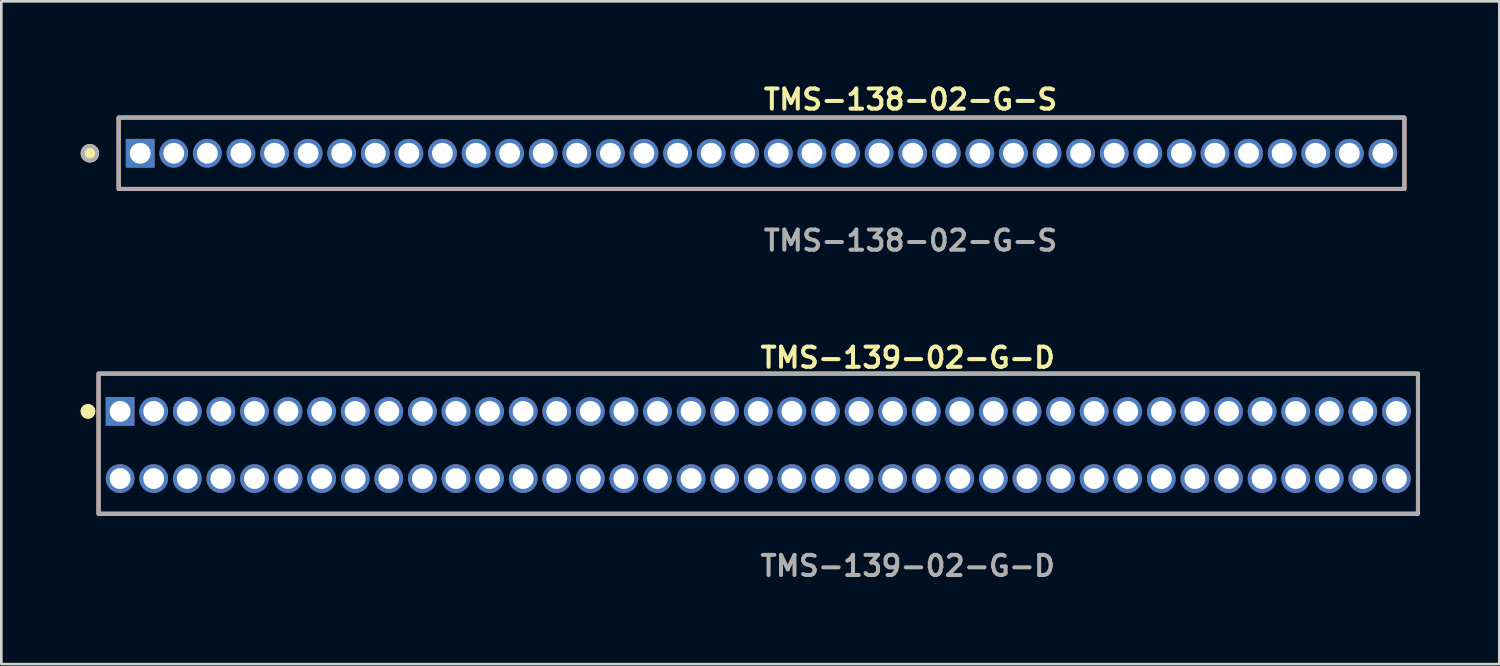
<source format=kicad_pcb>
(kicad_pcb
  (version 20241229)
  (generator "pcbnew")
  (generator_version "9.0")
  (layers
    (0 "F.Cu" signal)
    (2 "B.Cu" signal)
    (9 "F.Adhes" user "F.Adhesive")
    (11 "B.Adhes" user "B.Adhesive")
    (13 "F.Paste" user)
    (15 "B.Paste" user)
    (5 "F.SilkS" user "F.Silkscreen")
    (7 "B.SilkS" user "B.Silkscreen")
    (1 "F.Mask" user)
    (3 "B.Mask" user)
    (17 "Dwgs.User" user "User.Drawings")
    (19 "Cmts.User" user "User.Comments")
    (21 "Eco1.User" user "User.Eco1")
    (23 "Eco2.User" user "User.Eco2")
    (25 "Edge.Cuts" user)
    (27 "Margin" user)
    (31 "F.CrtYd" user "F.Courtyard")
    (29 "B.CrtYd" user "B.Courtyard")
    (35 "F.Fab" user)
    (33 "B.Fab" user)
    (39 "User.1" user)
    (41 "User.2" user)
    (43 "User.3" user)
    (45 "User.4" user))
  (footprint "TMS-138-02-G-S"
    (layer "F.Cu")
    (at 25.745 2.745)
    (property "Reference" "TMS-138-02-G-S" (at 0 -2.032 0) (unlocked yes) (layer "F.SilkS") (effects (font (size 0.762 0.762) (thickness 0.152)) (justify left)))
    (fp_rect (start -24.31 1.35) (end 24.31 -1.35) (stroke (width 0.152) (type solid)) (fill no) (layer "F.SilkS"))
    (fp_circle (center -25.397 0) (end -25.669 0) (stroke (width 0.152) (type solid)) (fill yes) (layer "F.SilkS"))
    (fp_rect (start -24.31 1.35) (end 24.31 -1.35) (stroke (width 0.006) (type solid)) (fill no) (layer "F.CrtYd"))
    (fp_rect (start -24.31 1.35) (end 24.31 -1.35) (stroke (width 0.152) (type solid)) (fill no) (layer "F.Fab"))
    (fp_circle (center -25.397 0) (end -25.669 0) (stroke (width 0.152) (type solid)) (fill no) (layer "F.Fab"))
    (fp_text user "${REFERENCE}" (at 0 3.302 0) (unlocked yes) (layer "F.Fab") (effects (font (size 0.762 0.762) (thickness 0.152)) (justify left)))
    (pad "1" thru_hole rect (at -23.495 0) (size 1.087 1.087) (drill 0.787) (layers "*.Cu" "*.Mask"))
    (pad "2" thru_hole circle (at -22.225 0) (size 1.087 1.087) (drill 0.787) (layers "*.Cu" "*.Mask"))
    (pad "3" thru_hole circle (at -20.955 0) (size 1.087 1.087) (drill 0.787) (layers "*.Cu" "*.Mask"))
    (pad "4" thru_hole circle (at -19.685 0) (size 1.087 1.087) (drill 0.787) (layers "*.Cu" "*.Mask"))
    (pad "5" thru_hole circle (at -18.415 0) (size 1.087 1.087) (drill 0.787) (layers "*.Cu" "*.Mask"))
    (pad "6" thru_hole circle (at -17.145 0) (size 1.087 1.087) (drill 0.787) (layers "*.Cu" "*.Mask"))
    (pad "7" thru_hole circle (at -15.875 0) (size 1.087 1.087) (drill 0.787) (layers "*.Cu" "*.Mask"))
    (pad "8" thru_hole circle (at -14.605 0) (size 1.087 1.087) (drill 0.787) (layers "*.Cu" "*.Mask"))
    (pad "9" thru_hole circle (at -13.335 0) (size 1.087 1.087) (drill 0.787) (layers "*.Cu" "*.Mask"))
    (pad "10" thru_hole circle (at -12.065 0) (size 1.087 1.087) (drill 0.787) (layers "*.Cu" "*.Mask"))
    (pad "11" thru_hole circle (at -10.795 0) (size 1.087 1.087) (drill 0.787) (layers "*.Cu" "*.Mask"))
    (pad "12" thru_hole circle (at -9.525 0) (size 1.087 1.087) (drill 0.787) (layers "*.Cu" "*.Mask"))
    (pad "13" thru_hole circle (at -8.255 0) (size 1.087 1.087) (drill 0.787) (layers "*.Cu" "*.Mask"))
    (pad "14" thru_hole circle (at -6.985 0) (size 1.087 1.087) (drill 0.787) (layers "*.Cu" "*.Mask"))
    (pad "15" thru_hole circle (at -5.715 0) (size 1.087 1.087) (drill 0.787) (layers "*.Cu" "*.Mask"))
    (pad "16" thru_hole circle (at -4.445 0) (size 1.087 1.087) (drill 0.787) (layers "*.Cu" "*.Mask"))
    (pad "17" thru_hole circle (at -3.175 0) (size 1.087 1.087) (drill 0.787) (layers "*.Cu" "*.Mask"))
    (pad "18" thru_hole circle (at -1.905 0) (size 1.087 1.087) (drill 0.787) (layers "*.Cu" "*.Mask"))
    (pad "19" thru_hole circle (at -0.635 0) (size 1.087 1.087) (drill 0.787) (layers "*.Cu" "*.Mask"))
    (pad "20" thru_hole circle (at 0.635 0) (size 1.087 1.087) (drill 0.787) (layers "*.Cu" "*.Mask"))
    (pad "21" thru_hole circle (at 1.905 0) (size 1.087 1.087) (drill 0.787) (layers "*.Cu" "*.Mask"))
    (pad "22" thru_hole circle (at 3.175 0) (size 1.087 1.087) (drill 0.787) (layers "*.Cu" "*.Mask"))
    (pad "23" thru_hole circle (at 4.445 0) (size 1.087 1.087) (drill 0.787) (layers "*.Cu" "*.Mask"))
    (pad "24" thru_hole circle (at 5.715 0) (size 1.087 1.087) (drill 0.787) (layers "*.Cu" "*.Mask"))
    (pad "25" thru_hole circle (at 6.985 0) (size 1.087 1.087) (drill 0.787) (layers "*.Cu" "*.Mask"))
    (pad "26" thru_hole circle (at 8.255 0) (size 1.087 1.087) (drill 0.787) (layers "*.Cu" "*.Mask"))
    (pad "27" thru_hole circle (at 9.525 0) (size 1.087 1.087) (drill 0.787) (layers "*.Cu" "*.Mask"))
    (pad "28" thru_hole circle (at 10.795 0) (size 1.087 1.087) (drill 0.787) (layers "*.Cu" "*.Mask"))
    (pad "29" thru_hole circle (at 12.065 0) (size 1.087 1.087) (drill 0.787) (layers "*.Cu" "*.Mask"))
    (pad "30" thru_hole circle (at 13.335 0) (size 1.087 1.087) (drill 0.787) (layers "*.Cu" "*.Mask"))
    (pad "31" thru_hole circle (at 14.605 0) (size 1.087 1.087) (drill 0.787) (layers "*.Cu" "*.Mask"))
    (pad "32" thru_hole circle (at 15.875 0) (size 1.087 1.087) (drill 0.787) (layers "*.Cu" "*.Mask"))
    (pad "33" thru_hole circle (at 17.145 0) (size 1.087 1.087) (drill 0.787) (layers "*.Cu" "*.Mask"))
    (pad "34" thru_hole circle (at 18.415 0) (size 1.087 1.087) (drill 0.787) (layers "*.Cu" "*.Mask"))
    (pad "35" thru_hole circle (at 19.685 0) (size 1.087 1.087) (drill 0.787) (layers "*.Cu" "*.Mask"))
    (pad "36" thru_hole circle (at 20.955 0) (size 1.087 1.087) (drill 0.787) (layers "*.Cu" "*.Mask"))
    (pad "37" thru_hole circle (at 22.225 0) (size 1.087 1.087) (drill 0.787) (layers "*.Cu" "*.Mask"))
    (pad "38" thru_hole circle (at 23.495 0) (size 1.087 1.087) (drill 0.787) (layers "*.Cu" "*.Mask")))
  (footprint "TMS-139-02-G-D"
    (layer "F.Cu")
    (at 25.621 13.776)
    (property "Reference" "TMS-139-02-G-D" (at 0 -3.302 0) (unlocked yes) (layer "F.SilkS") (effects (font (size 0.762 0.762) (thickness 0.152)) (justify left)))
    (fp_rect (start -24.945 2.6) (end 24.945 -2.7) (stroke (width 0.152) (type solid)) (fill no) (layer "F.SilkS"))
    (fp_circle (center -25.345 -1.27) (end -25.545 -1.27) (stroke (width 0.152) (type solid)) (fill yes) (layer "F.SilkS"))
    (fp_circle (center -25.345 -1.27) (end -25.545 -1.27) (stroke (width 0.152) (type solid)) (fill yes) (layer "F.SilkS"))
    (fp_rect (start -24.945 2.6) (end 24.945 -2.7) (stroke (width 0.006) (type solid)) (fill no) (layer "F.CrtYd"))
    (fp_rect (start -24.945 2.6) (end 24.945 -2.7) (stroke (width 0.152) (type solid)) (fill no) (layer "F.Fab"))
    (fp_text user "${REFERENCE}" (at 0 4.572 0) (unlocked yes) (layer "F.Fab") (effects (font (size 0.762 0.762) (thickness 0.152)) (justify left)))
    (pad "1" thru_hole rect (at -24.13 -1.27) (size 1.087 1.087) (drill 0.787) (layers "*.Cu" "*.Mask"))
    (pad "2" thru_hole circle (at -24.13 1.27) (size 1.087 1.087) (drill 0.787) (layers "*.Cu" "*.Mask"))
    (pad "3" thru_hole circle (at -22.86 -1.27) (size 1.087 1.087) (drill 0.787) (layers "*.Cu" "*.Mask"))
    (pad "4" thru_hole circle (at -22.86 1.27) (size 1.087 1.087) (drill 0.787) (layers "*.Cu" "*.Mask"))
    (pad "5" thru_hole circle (at -21.59 -1.27) (size 1.087 1.087) (drill 0.787) (layers "*.Cu" "*.Mask"))
    (pad "6" thru_hole circle (at -21.59 1.27) (size 1.087 1.087) (drill 0.787) (layers "*.Cu" "*.Mask"))
    (pad "7" thru_hole circle (at -20.32 -1.27) (size 1.087 1.087) (drill 0.787) (layers "*.Cu" "*.Mask"))
    (pad "8" thru_hole circle (at -20.32 1.27) (size 1.087 1.087) (drill 0.787) (layers "*.Cu" "*.Mask"))
    (pad "9" thru_hole circle (at -19.05 -1.27) (size 1.087 1.087) (drill 0.787) (layers "*.Cu" "*.Mask"))
    (pad "10" thru_hole circle (at -19.05 1.27) (size 1.087 1.087) (drill 0.787) (layers "*.Cu" "*.Mask"))
    (pad "11" thru_hole circle (at -17.78 -1.27) (size 1.087 1.087) (drill 0.787) (layers "*.Cu" "*.Mask"))
    (pad "12" thru_hole circle (at -17.78 1.27) (size 1.087 1.087) (drill 0.787) (layers "*.Cu" "*.Mask"))
    (pad "13" thru_hole circle (at -16.51 -1.27) (size 1.087 1.087) (drill 0.787) (layers "*.Cu" "*.Mask"))
    (pad "14" thru_hole circle (at -16.51 1.27) (size 1.087 1.087) (drill 0.787) (layers "*.Cu" "*.Mask"))
    (pad "15" thru_hole circle (at -15.24 -1.27) (size 1.087 1.087) (drill 0.787) (layers "*.Cu" "*.Mask"))
    (pad "16" thru_hole circle (at -15.24 1.27) (size 1.087 1.087) (drill 0.787) (layers "*.Cu" "*.Mask"))
    (pad "17" thru_hole circle (at -13.97 -1.27) (size 1.087 1.087) (drill 0.787) (layers "*.Cu" "*.Mask"))
    (pad "18" thru_hole circle (at -13.97 1.27) (size 1.087 1.087) (drill 0.787) (layers "*.Cu" "*.Mask"))
    (pad "19" thru_hole circle (at -12.7 -1.27) (size 1.087 1.087) (drill 0.787) (layers "*.Cu" "*.Mask"))
    (pad "20" thru_hole circle (at -12.7 1.27) (size 1.087 1.087) (drill 0.787) (layers "*.Cu" "*.Mask"))
    (pad "21" thru_hole circle (at -11.43 -1.27) (size 1.087 1.087) (drill 0.787) (layers "*.Cu" "*.Mask"))
    (pad "22" thru_hole circle (at -11.43 1.27) (size 1.087 1.087) (drill 0.787) (layers "*.Cu" "*.Mask"))
    (pad "23" thru_hole circle (at -10.16 -1.27) (size 1.087 1.087) (drill 0.787) (layers "*.Cu" "*.Mask"))
    (pad "24" thru_hole circle (at -10.16 1.27) (size 1.087 1.087) (drill 0.787) (layers "*.Cu" "*.Mask"))
    (pad "25" thru_hole circle (at -8.89 -1.27) (size 1.087 1.087) (drill 0.787) (layers "*.Cu" "*.Mask"))
    (pad "26" thru_hole circle (at -8.89 1.27) (size 1.087 1.087) (drill 0.787) (layers "*.Cu" "*.Mask"))
    (pad "27" thru_hole circle (at -7.62 -1.27) (size 1.087 1.087) (drill 0.787) (layers "*.Cu" "*.Mask"))
    (pad "28" thru_hole circle (at -7.62 1.27) (size 1.087 1.087) (drill 0.787) (layers "*.Cu" "*.Mask"))
    (pad "29" thru_hole circle (at -6.35 -1.27) (size 1.087 1.087) (drill 0.787) (layers "*.Cu" "*.Mask"))
    (pad "30" thru_hole circle (at -6.35 1.27) (size 1.087 1.087) (drill 0.787) (layers "*.Cu" "*.Mask"))
    (pad "31" thru_hole circle (at -5.08 -1.27) (size 1.087 1.087) (drill 0.787) (layers "*.Cu" "*.Mask"))
    (pad "32" thru_hole circle (at -5.08 1.27) (size 1.087 1.087) (drill 0.787) (layers "*.Cu" "*.Mask"))
    (pad "33" thru_hole circle (at -3.81 -1.27) (size 1.087 1.087) (drill 0.787) (layers "*.Cu" "*.Mask"))
    (pad "34" thru_hole circle (at -3.81 1.27) (size 1.087 1.087) (drill 0.787) (layers "*.Cu" "*.Mask"))
    (pad "35" thru_hole circle (at -2.54 -1.27) (size 1.087 1.087) (drill 0.787) (layers "*.Cu" "*.Mask"))
    (pad "36" thru_hole circle (at -2.54 1.27) (size 1.087 1.087) (drill 0.787) (layers "*.Cu" "*.Mask"))
    (pad "37" thru_hole circle (at -1.27 -1.27) (size 1.087 1.087) (drill 0.787) (layers "*.Cu" "*.Mask"))
    (pad "38" thru_hole circle (at -1.27 1.27) (size 1.087 1.087) (drill 0.787) (layers "*.Cu" "*.Mask"))
    (pad "39" thru_hole circle (at 0 -1.27) (size 1.087 1.087) (drill 0.787) (layers "*.Cu" "*.Mask"))
    (pad "40" thru_hole circle (at 0 1.27) (size 1.087 1.087) (drill 0.787) (layers "*.Cu" "*.Mask"))
    (pad "41" thru_hole circle (at 1.27 -1.27) (size 1.087 1.087) (drill 0.787) (layers "*.Cu" "*.Mask"))
    (pad "42" thru_hole circle (at 1.27 1.27) (size 1.087 1.087) (drill 0.787) (layers "*.Cu" "*.Mask"))
    (pad "43" thru_hole circle (at 2.54 -1.27) (size 1.087 1.087) (drill 0.787) (layers "*.Cu" "*.Mask"))
    (pad "44" thru_hole circle (at 2.54 1.27) (size 1.087 1.087) (drill 0.787) (layers "*.Cu" "*.Mask"))
    (pad "45" thru_hole circle (at 3.81 -1.27) (size 1.087 1.087) (drill 0.787) (layers "*.Cu" "*.Mask"))
    (pad "46" thru_hole circle (at 3.81 1.27) (size 1.087 1.087) (drill 0.787) (layers "*.Cu" "*.Mask"))
    (pad "47" thru_hole circle (at 5.08 -1.27) (size 1.087 1.087) (drill 0.787) (layers "*.Cu" "*.Mask"))
    (pad "48" thru_hole circle (at 5.08 1.27) (size 1.087 1.087) (drill 0.787) (layers "*.Cu" "*.Mask"))
    (pad "49" thru_hole circle (at 6.35 -1.27) (size 1.087 1.087) (drill 0.787) (layers "*.Cu" "*.Mask"))
    (pad "50" thru_hole circle (at 6.35 1.27) (size 1.087 1.087) (drill 0.787) (layers "*.Cu" "*.Mask"))
    (pad "51" thru_hole circle (at 7.62 -1.27) (size 1.087 1.087) (drill 0.787) (layers "*.Cu" "*.Mask"))
    (pad "52" thru_hole circle (at 7.62 1.27) (size 1.087 1.087) (drill 0.787) (layers "*.Cu" "*.Mask"))
    (pad "53" thru_hole circle (at 8.89 -1.27) (size 1.087 1.087) (drill 0.787) (layers "*.Cu" "*.Mask"))
    (pad "54" thru_hole circle (at 8.89 1.27) (size 1.087 1.087) (drill 0.787) (layers "*.Cu" "*.Mask"))
    (pad "55" thru_hole circle (at 10.16 -1.27) (size 1.087 1.087) (drill 0.787) (layers "*.Cu" "*.Mask"))
    (pad "56" thru_hole circle (at 10.16 1.27) (size 1.087 1.087) (drill 0.787) (layers "*.Cu" "*.Mask"))
    (pad "57" thru_hole circle (at 11.43 -1.27) (size 1.087 1.087) (drill 0.787) (layers "*.Cu" "*.Mask"))
    (pad "58" thru_hole circle (at 11.43 1.27) (size 1.087 1.087) (drill 0.787) (layers "*.Cu" "*.Mask"))
    (pad "59" thru_hole circle (at 12.7 -1.27) (size 1.087 1.087) (drill 0.787) (layers "*.Cu" "*.Mask"))
    (pad "60" thru_hole circle (at 12.7 1.27) (size 1.087 1.087) (drill 0.787) (layers "*.Cu" "*.Mask"))
    (pad "61" thru_hole circle (at 13.97 -1.27) (size 1.087 1.087) (drill 0.787) (layers "*.Cu" "*.Mask"))
    (pad "62" thru_hole circle (at 13.97 1.27) (size 1.087 1.087) (drill 0.787) (layers "*.Cu" "*.Mask"))
    (pad "63" thru_hole circle (at 15.24 -1.27) (size 1.087 1.087) (drill 0.787) (layers "*.Cu" "*.Mask"))
    (pad "64" thru_hole circle (at 15.24 1.27) (size 1.087 1.087) (drill 0.787) (layers "*.Cu" "*.Mask"))
    (pad "65" thru_hole circle (at 16.51 -1.27) (size 1.087 1.087) (drill 0.787) (layers "*.Cu" "*.Mask"))
    (pad "66" thru_hole circle (at 16.51 1.27) (size 1.087 1.087) (drill 0.787) (layers "*.Cu" "*.Mask"))
    (pad "67" thru_hole circle (at 17.78 -1.27) (size 1.087 1.087) (drill 0.787) (layers "*.Cu" "*.Mask"))
    (pad "68" thru_hole circle (at 17.78 1.27) (size 1.087 1.087) (drill 0.787) (layers "*.Cu" "*.Mask"))
    (pad "69" thru_hole circle (at 19.05 -1.27) (size 1.087 1.087) (drill 0.787) (layers "*.Cu" "*.Mask"))
    (pad "70" thru_hole circle (at 19.05 1.27) (size 1.087 1.087) (drill 0.787) (layers "*.Cu" "*.Mask"))
    (pad "71" thru_hole circle (at 20.32 -1.27) (size 1.087 1.087) (drill 0.787) (layers "*.Cu" "*.Mask"))
    (pad "72" thru_hole circle (at 20.32 1.27) (size 1.087 1.087) (drill 0.787) (layers "*.Cu" "*.Mask"))
    (pad "73" thru_hole circle (at 21.59 -1.27) (size 1.087 1.087) (drill 0.787) (layers "*.Cu" "*.Mask"))
    (pad "74" thru_hole circle (at 21.59 1.27) (size 1.087 1.087) (drill 0.787) (layers "*.Cu" "*.Mask"))
    (pad "75" thru_hole circle (at 22.86 -1.27) (size 1.087 1.087) (drill 0.787) (layers "*.Cu" "*.Mask"))
    (pad "76" thru_hole circle (at 22.86 1.27) (size 1.087 1.087) (drill 0.787) (layers "*.Cu" "*.Mask"))
    (pad "77" thru_hole circle (at 24.13 -1.27) (size 1.087 1.087) (drill 0.787) (layers "*.Cu" "*.Mask"))
    (pad "78" thru_hole circle (at 24.13 1.27) (size 1.087 1.087) (drill 0.787) (layers "*.Cu" "*.Mask")))
  (gr_rect
    (start -3 -3)
    (end 53.642 22.061)
    (stroke (width 0.1) (type default))
    (fill no)
    (layer "Edge.Cuts")))
</source>
